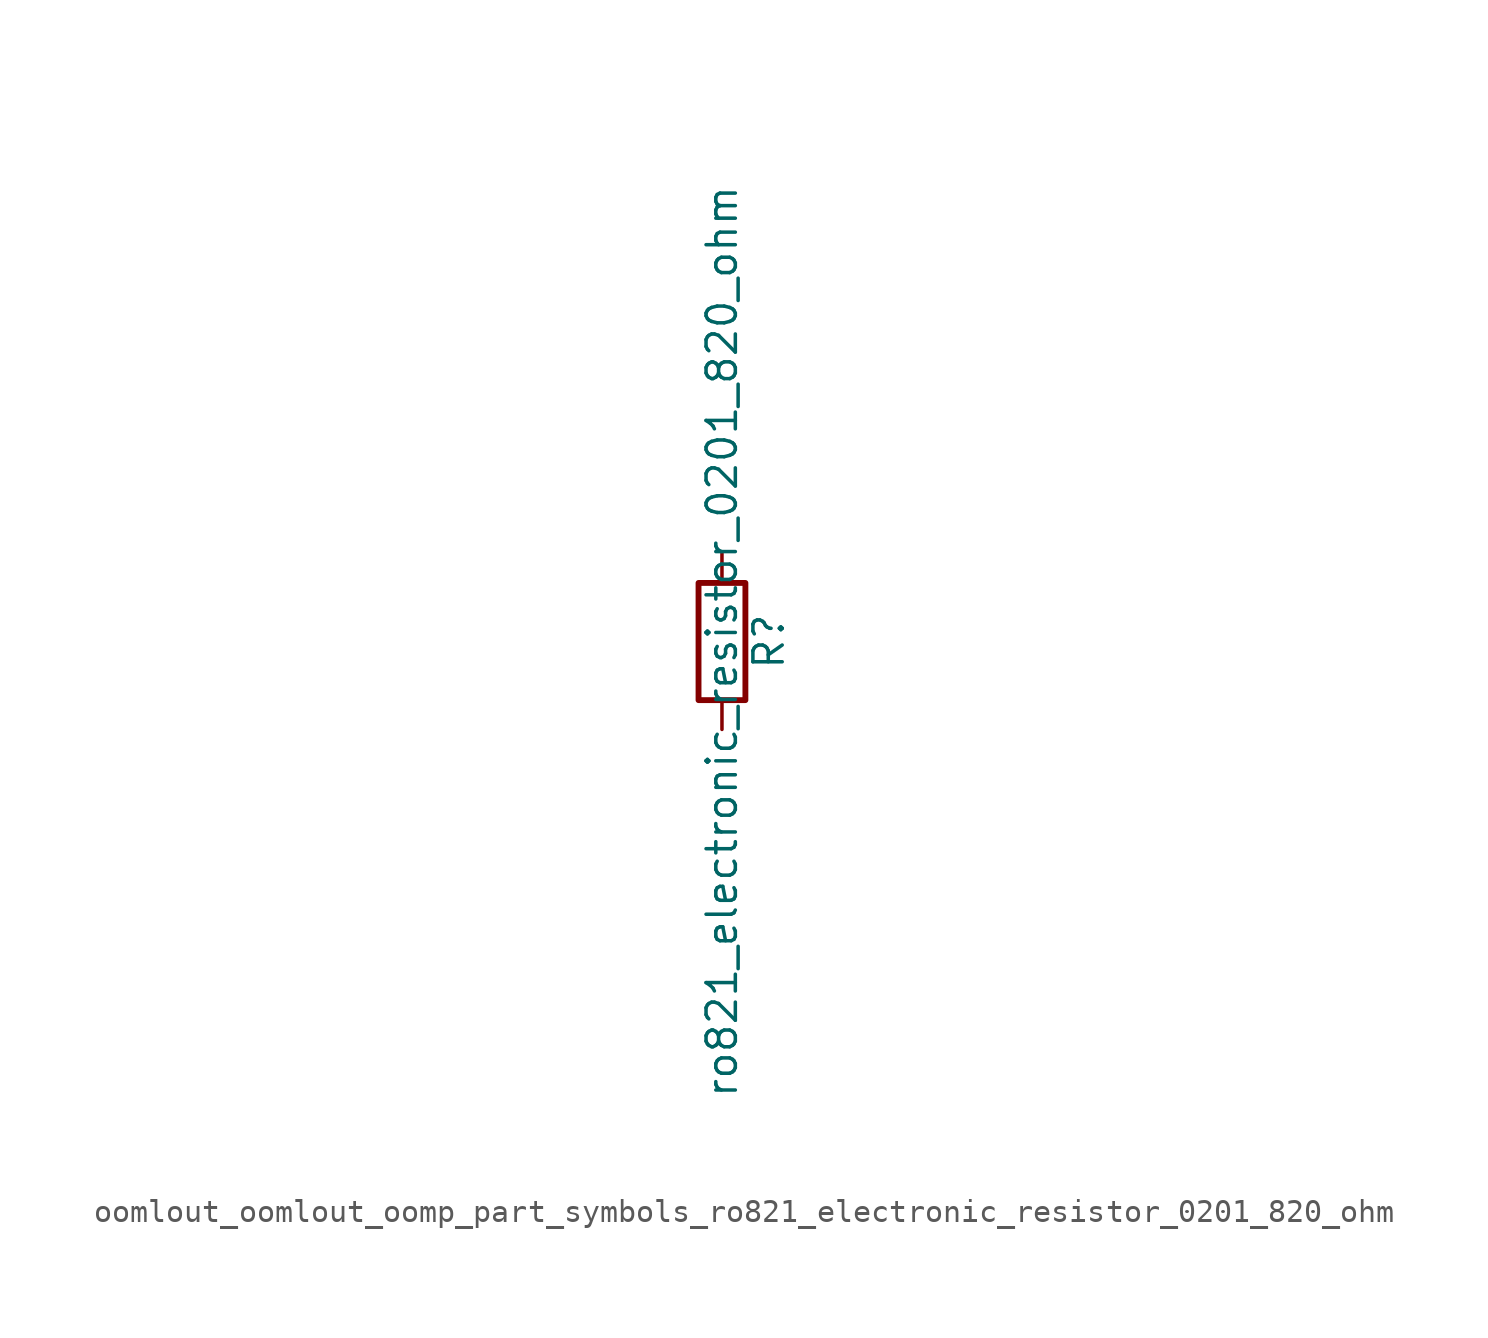
<source format=kicad_sym>
(kicad_symbol_lib
  (version 20220914)
  (generator kicad_symbol_editor)
  (symbol "oomlout_oomlout_oomp_part_symbols_ro821_electronic_resistor_0201_820_ohm"
    (pin_numbers hide)
    (pin_names
      (offset 0))
    (property "Reference" "R"
      (at 2.032 0 90)
      (effects (font (size 1.27 1.27))))
    (property "Value" "ro821_electronic_resistor_0201_820_ohm"
      (at 0 0 90)
      (effects (font (size 1.27 1.27))))
    (symbol "oomlout_oomlout_oomp_part_symbols_ro821_electronic_resistor_0201_820_ohm_0_1"
      (rectangle (start -1.016 -2.54) (end 1.016 2.54) (stroke (width 0.254) (type default)) (fill (type none))))
    (symbol "oomlout_oomlout_oomp_part_symbols_ro821_electronic_resistor_0201_820_ohm_1_1"
      (pin passive line (at 0 3.81 270) (length 1.27) (name "~" (effects (font (size 1.27 1.27)))) (number "1" (effects (font (size 1.27 1.27)))))
      (pin passive line (at 0 -3.81 90) (length 1.27) (name "~" (effects (font (size 1.27 1.27)))) (number "2" (effects (font (size 1.27 1.27))))))))
</source>
